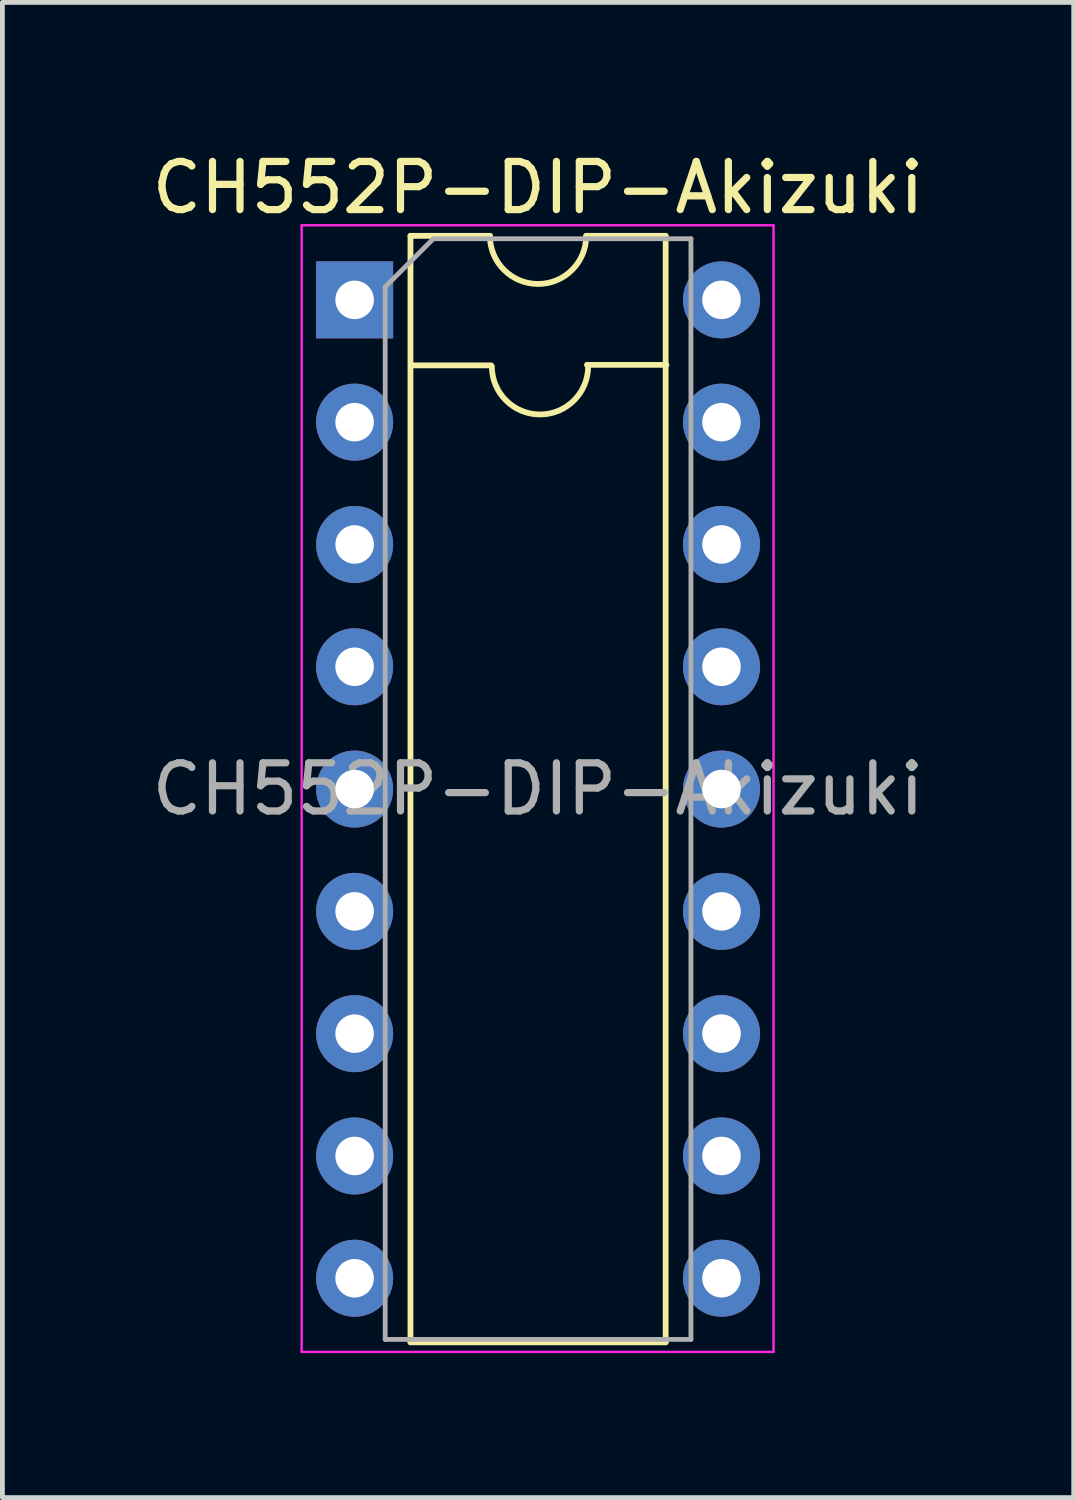
<source format=kicad_pcb>
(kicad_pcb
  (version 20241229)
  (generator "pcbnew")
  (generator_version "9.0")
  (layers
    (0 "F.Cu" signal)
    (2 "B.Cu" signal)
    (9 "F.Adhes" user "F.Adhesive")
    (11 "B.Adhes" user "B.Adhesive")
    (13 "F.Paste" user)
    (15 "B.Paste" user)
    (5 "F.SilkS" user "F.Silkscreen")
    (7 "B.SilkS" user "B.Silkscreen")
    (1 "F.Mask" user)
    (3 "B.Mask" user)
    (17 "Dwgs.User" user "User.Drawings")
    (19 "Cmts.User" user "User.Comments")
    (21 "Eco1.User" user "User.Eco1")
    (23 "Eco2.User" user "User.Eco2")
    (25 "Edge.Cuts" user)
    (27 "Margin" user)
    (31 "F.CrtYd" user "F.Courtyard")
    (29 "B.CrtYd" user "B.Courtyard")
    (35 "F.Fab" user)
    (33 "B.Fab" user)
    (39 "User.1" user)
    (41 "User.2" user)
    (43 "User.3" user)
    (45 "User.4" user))
  (footprint "CH552P-DIP-Akizuki"
    (layer "F.Cu")
    (at 4.315 3.178)
    (property "Reference" "CH552P-DIP-Akizuki" (at 3.81 -2.33 0) (layer "F.SilkS") (effects (font (size 1 1) (thickness 0.15))))
    (attr through_hole)
    (fp_line (start 1.16 -1.33) (end 1.16 21.65) (stroke (width 0.12) (type solid)) (layer "F.SilkS"))
    (fp_line (start 1.16 21.65) (end 6.46 21.65) (stroke (width 0.12) (type solid)) (layer "F.SilkS"))
    (fp_line (start 2.81 -1.33) (end 1.16 -1.33) (stroke (width 0.12) (type solid)) (layer "F.SilkS"))
    (fp_line (start 2.835 1.36) (end 1.185 1.36) (stroke (width 0.12) (type solid)) (layer "F.SilkS"))
    (fp_line (start 6.46 -1.33) (end 4.81 -1.33) (stroke (width 0.12) (type solid)) (layer "F.SilkS"))
    (fp_line (start 6.46 21.65) (end 6.46 -1.33) (stroke (width 0.12) (type solid)) (layer "F.SilkS"))
    (fp_line (start 6.475 1.35) (end 4.825 1.35) (stroke (width 0.12) (type solid)) (layer "F.SilkS"))
    (fp_arc (start 4.81 -1.33) (mid 3.81 -0.33) (end 2.81 -1.33) (stroke (width 0.12) (type solid)) (layer "F.SilkS"))
    (fp_arc (start 4.85 1.38) (mid 3.85 2.38) (end 2.85 1.38) (stroke (width 0.12) (type solid)) (layer "F.SilkS"))
    (fp_line (start -1.1 -1.55) (end -1.1 21.85) (stroke (width 0.05) (type solid)) (layer "F.CrtYd"))
    (fp_line (start -1.1 21.85) (end 8.7 21.85) (stroke (width 0.05) (type solid)) (layer "F.CrtYd"))
    (fp_line (start 8.7 -1.55) (end -1.1 -1.55) (stroke (width 0.05) (type solid)) (layer "F.CrtYd"))
    (fp_line (start 8.7 21.85) (end 8.7 -1.55) (stroke (width 0.05) (type solid)) (layer "F.CrtYd"))
    (fp_line (start 0.635 -0.27) (end 1.635 -1.27) (stroke (width 0.1) (type solid)) (layer "F.Fab"))
    (fp_line (start 0.635 21.59) (end 0.635 -0.27) (stroke (width 0.1) (type solid)) (layer "F.Fab"))
    (fp_line (start 1.635 -1.27) (end 6.985 -1.27) (stroke (width 0.1) (type solid)) (layer "F.Fab"))
    (fp_line (start 6.985 -1.27) (end 6.985 21.59) (stroke (width 0.1) (type solid)) (layer "F.Fab"))
    (fp_line (start 6.985 21.59) (end 0.635 21.59) (stroke (width 0.1) (type solid)) (layer "F.Fab"))
    (fp_text user "${REFERENCE}" (at 3.81 10.16 0) (layer "F.Fab") (effects (font (size 1 1) (thickness 0.15))))
    (pad "0" thru_hole rect (at 0 0) (size 1.6 1.6) (drill 0.8) (layers "*.Cu" "*.Mask"))
    (pad "0" thru_hole oval (at 7.62 0) (size 1.6 1.6) (drill 0.8) (layers "*.Cu" "*.Mask"))
    (pad "1" thru_hole oval (at 0 2.54) (size 1.6 1.6) (drill 0.8) (layers "*.Cu" "*.Mask"))
    (pad "2" thru_hole oval (at 0 5.08) (size 1.6 1.6) (drill 0.8) (layers "*.Cu" "*.Mask"))
    (pad "3" thru_hole oval (at 0 7.62) (size 1.6 1.6) (drill 0.8) (layers "*.Cu" "*.Mask"))
    (pad "4" thru_hole oval (at 0 10.16) (size 1.6 1.6) (drill 0.8) (layers "*.Cu" "*.Mask"))
    (pad "5" thru_hole oval (at 0 12.7) (size 1.6 1.6) (drill 0.8) (layers "*.Cu" "*.Mask"))
    (pad "6" thru_hole oval (at 0 15.24) (size 1.6 1.6) (drill 0.8) (layers "*.Cu" "*.Mask"))
    (pad "7" thru_hole oval (at 0 17.78) (size 1.6 1.6) (drill 0.8) (layers "*.Cu" "*.Mask"))
    (pad "8" thru_hole oval (at 0 20.32) (size 1.6 1.6) (drill 0.8) (layers "*.Cu" "*.Mask"))
    (pad "9" thru_hole oval (at 7.62 20.32) (size 1.6 1.6) (drill 0.8) (layers "*.Cu" "*.Mask"))
    (pad "10" thru_hole oval (at 7.62 17.78) (size 1.6 1.6) (drill 0.8) (layers "*.Cu" "*.Mask"))
    (pad "11" thru_hole oval (at 7.62 15.24) (size 1.6 1.6) (drill 0.8) (layers "*.Cu" "*.Mask"))
    (pad "12" thru_hole oval (at 7.62 12.7) (size 1.6 1.6) (drill 0.8) (layers "*.Cu" "*.Mask"))
    (pad "13" thru_hole oval (at 7.62 10.16) (size 1.6 1.6) (drill 0.8) (layers "*.Cu" "*.Mask"))
    (pad "14" thru_hole oval (at 7.62 7.62) (size 1.6 1.6) (drill 0.8) (layers "*.Cu" "*.Mask"))
    (pad "15" thru_hole oval (at 7.62 5.08) (size 1.6 1.6) (drill 0.8) (layers "*.Cu" "*.Mask"))
    (pad "16" thru_hole oval (at 7.62 2.54) (size 1.6 1.6) (drill 0.8) (layers "*.Cu" "*.Mask")))
  (gr_rect
    (start -3 -3)
    (end 19.25 28.053)
    (stroke (width 0.1) (type default))
    (fill no)
    (layer "Edge.Cuts")))
</source>
